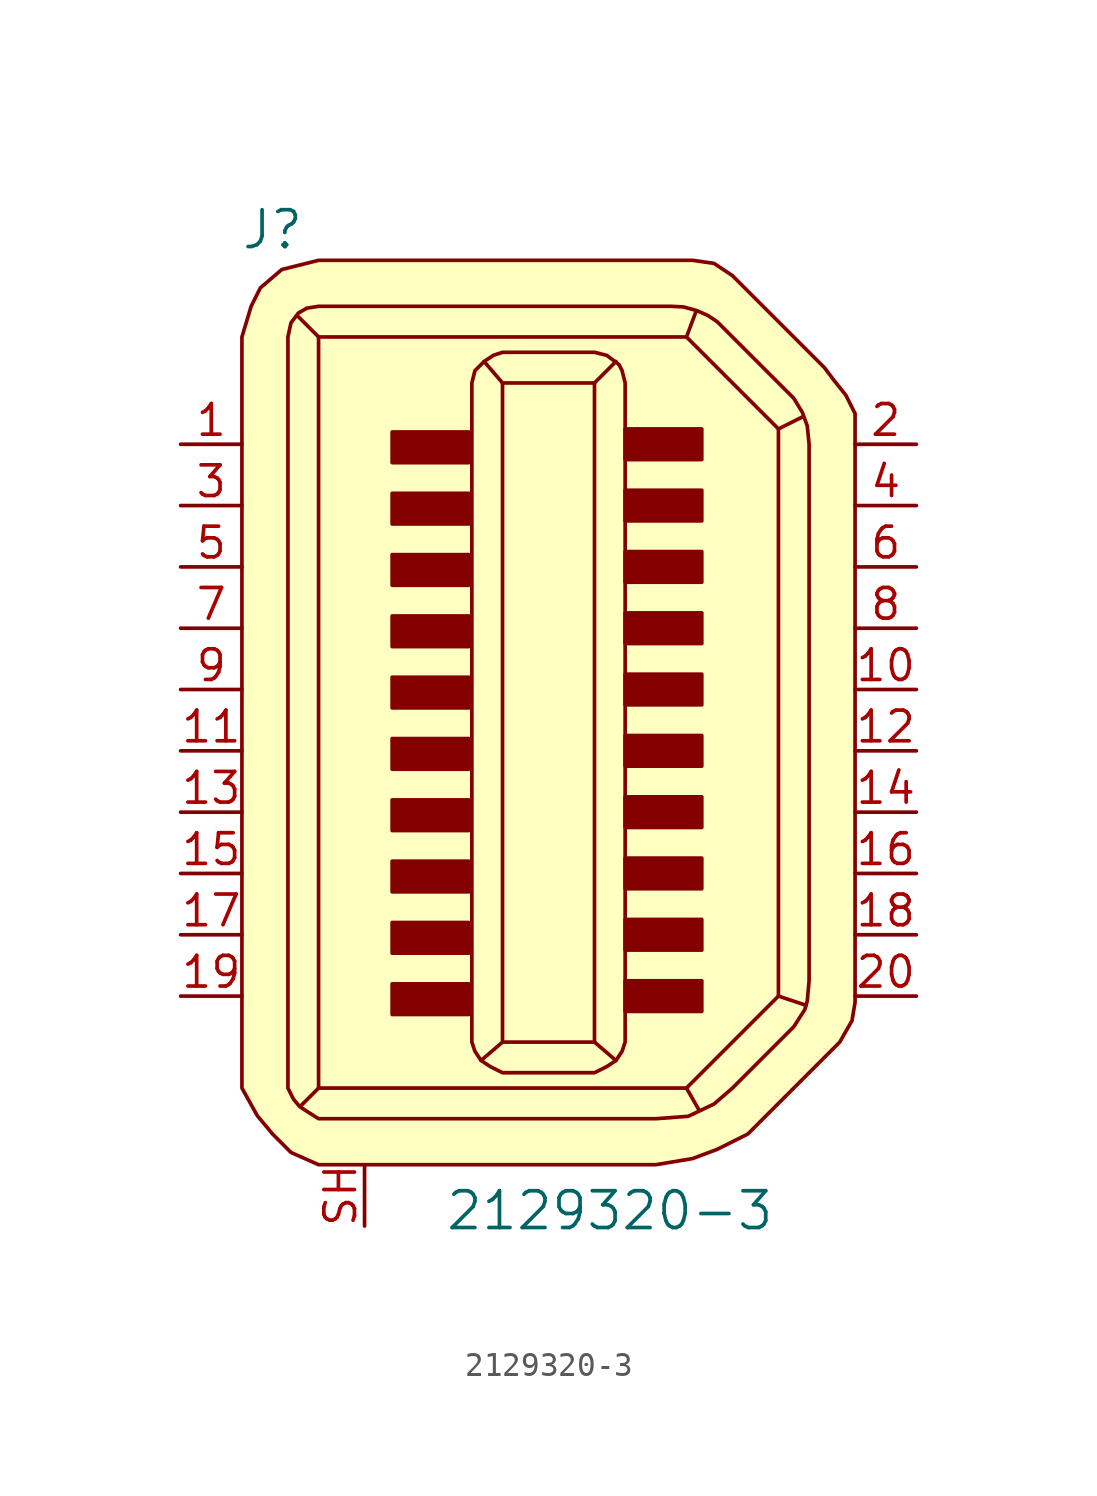
<source format=kicad_sym>
(kicad_symbol_lib
  (version 20201005)
  (generator kicad_symbol_editor)
  (symbol "2129320-3"
    (pin_names
      (offset 1.016))
    (property "Reference" "J"
      (at -11.43 19.05 0)
      (effects (font (size 1.524 1.524))))
    (property "Value" "2129320-3"
      (at 2.54 -21.59 0)
      (effects (font (size 1.524 1.524))))
    (symbol "2129320-3_0_1"
      (rectangle (start -3.302 -12.192) (end -6.477 -13.462) (stroke (width 0)) (fill (type outline)))
      (rectangle (start -3.302 -9.652) (end -6.477 -10.922) (stroke (width 0)) (fill (type outline)))
      (rectangle (start -3.302 -7.112) (end -6.477 -8.382) (stroke (width 0)) (fill (type outline)))
      (rectangle (start -3.302 -4.572) (end -6.477 -5.842) (stroke (width 0)) (fill (type outline)))
      (rectangle (start -3.302 -2.032) (end -6.477 -3.302) (stroke (width 0)) (fill (type outline)))
      (rectangle (start -3.302 0.508) (end -6.477 -0.762) (stroke (width 0)) (fill (type outline)))
      (rectangle (start -3.302 3.048) (end -6.477 1.778) (stroke (width 0)) (fill (type outline)))
      (rectangle (start -3.302 5.588) (end -6.477 4.318) (stroke (width 0)) (fill (type outline)))
      (rectangle (start -3.302 8.128) (end -6.477 6.858) (stroke (width 0)) (fill (type outline)))
      (rectangle (start -3.302 10.668) (end -6.477 9.398) (stroke (width 0)) (fill (type outline)))
      (rectangle (start 1.905 12.7) (end -1.905 -14.605) (stroke (width 0)) (fill (type none)))
      (rectangle (start 6.35 -12.065) (end 3.175 -13.335) (stroke (width 0)) (fill (type outline)))
      (rectangle (start 6.35 -9.525) (end 3.175 -10.795) (stroke (width 0)) (fill (type outline)))
      (rectangle (start 6.35 -6.985) (end 3.175 -8.255) (stroke (width 0)) (fill (type outline)))
      (rectangle (start 6.35 -4.445) (end 3.175 -5.715) (stroke (width 0)) (fill (type outline)))
      (rectangle (start 6.35 -1.905) (end 3.175 -3.175) (stroke (width 0)) (fill (type outline)))
      (rectangle (start 6.35 0.635) (end 3.175 -0.635) (stroke (width 0)) (fill (type outline)))
      (rectangle (start 6.35 3.175) (end 3.175 1.905) (stroke (width 0)) (fill (type outline)))
      (rectangle (start 6.35 5.715) (end 3.175 4.445) (stroke (width 0)) (fill (type outline)))
      (rectangle (start 6.35 8.255) (end 3.175 6.985) (stroke (width 0)) (fill (type outline)))
      (rectangle (start 6.35 10.795) (end 3.175 9.525) (stroke (width 0)) (fill (type outline)))
      (polyline (pts (xy -9.525 -16.51) (xy -10.287 -17.272)) (stroke (width 0)) (fill (type none)))
      (polyline (pts (xy -9.525 14.605) (xy -10.414 15.494)) (stroke (width 0)) (fill (type none)))
      (polyline (pts (xy -1.905 -14.605) (xy -2.794 -15.367)) (stroke (width 0)) (fill (type none)))
      (polyline (pts (xy -1.905 12.7) (xy -2.667 13.589)) (stroke (width 0)) (fill (type none)))
      (polyline (pts (xy 1.905 -14.605) (xy 2.794 -15.367)) (stroke (width 0)) (fill (type none)))
      (polyline (pts (xy 1.905 12.7) (xy 2.794 13.589)) (stroke (width 0)) (fill (type none)))
      (polyline (pts (xy 5.715 -16.51) (xy 6.223 -17.399)) (stroke (width 0)) (fill (type none)))
      (polyline (pts (xy 5.715 14.605) (xy 6.096 15.621)) (stroke (width 0)) (fill (type none)))
      (polyline (pts (xy 9.525 -12.7) (xy 10.668 -13.081)) (stroke (width 0)) (fill (type none)))
      (polyline (pts (xy 9.525 10.795) (xy 10.541 11.303)) (stroke (width 0)) (fill (type none)))
      (polyline (pts (xy -9.525 -16.51) (xy 5.715 -16.51) (xy 9.525 -12.7) (xy 9.525 10.795) (xy 5.715 14.605) (xy -9.525 14.605) (xy -9.525 -16.51)) (stroke (width 0)) (fill (type background)))
      (polyline (pts (xy 1.905 -15.875) (xy -1.905 -15.875) (xy -2.413 -15.621) (xy -2.794 -15.367) (xy -3.048 -14.986) (xy -3.175 -14.605) (xy -3.175 12.7) (xy -3.048 13.208) (xy -2.667 13.589) (xy -2.286 13.843) (xy -1.905 13.97) (xy 1.905 13.97) (xy 2.413 13.843) (xy 2.921 13.462) (xy 3.048 13.208) (xy 3.175 12.7) (xy 3.175 -14.605) (xy 3.048 -14.986) (xy 2.794 -15.367) (xy 2.413 -15.621) (xy 1.905 -15.875)) (stroke (width 0)) (fill (type background)))
      (polyline (pts (xy -1.905 -19.685) (xy -9.525 -19.685) (xy -10.668 -19.177) (xy -11.43 -18.415) (xy -12.065 -17.653) (xy -12.7 -16.51) (xy -12.7 14.605) (xy -12.319 15.875) (xy -11.938 16.637) (xy -11.049 17.399) (xy -9.525 17.78) (xy 5.08 17.78) (xy 5.969 17.78) (xy 6.858 17.653) (xy 7.62 17.145) (xy 11.43 13.335) (xy 11.811 12.827) (xy 12.319 12.192) (xy 12.7 11.43) (xy 12.7 -12.065) (xy 12.7 -12.954) (xy 12.573 -13.716) (xy 12.065 -14.605) (xy 8.255 -18.415) (xy 6.985 -19.05) (xy 5.969 -19.431) (xy 4.445 -19.685) (xy -1.905 -19.685)) (stroke (width 0)) (fill (type background)))
      (polyline (pts (xy -2.54 -17.78) (xy -9.525 -17.78) (xy -10.008 -17.475) (xy -10.312 -17.272) (xy -10.566 -16.967) (xy -10.795 -16.51) (xy -10.795 14.605) (xy -10.668 15.189) (xy -10.363 15.596) (xy -10.008 15.799) (xy -9.525 15.875) (xy 5.08 15.875) (xy 5.588 15.85) (xy 6.147 15.697) (xy 6.604 15.494) (xy 6.985 15.24) (xy 10.16 12.065) (xy 10.516 11.481) (xy 10.719 10.922) (xy 10.795 10.16) (xy 10.795 -12.065) (xy 10.719 -12.903) (xy 10.617 -13.259) (xy 10.16 -13.97) (xy 7.62 -16.51) (xy 6.858 -17.17) (xy 5.791 -17.678) (xy 4.445 -17.78) (xy -2.54 -17.78)) (stroke (width 0)) (fill (type none))))
    (symbol "2129320-3_1_1"
      (pin passive line (at -15.24 10.16 0) (length 2.54) (name "~" (effects (font (size 1.27 1.27)))) (number "1" (effects (font (size 1.27 1.27)))))
      (pin passive line (at 15.24 10.16 180) (length 2.54) (name "~" (effects (font (size 1.27 1.27)))) (number "2" (effects (font (size 1.27 1.27)))))
      (pin passive line (at -15.24 7.62 0) (length 2.54) (name "~" (effects (font (size 1.27 1.27)))) (number "3" (effects (font (size 1.27 1.27)))))
      (pin passive line (at 15.24 7.62 180) (length 2.54) (name "~" (effects (font (size 1.27 1.27)))) (number "4" (effects (font (size 1.27 1.27)))))
      (pin passive line (at -15.24 5.08 0) (length 2.54) (name "~" (effects (font (size 1.27 1.27)))) (number "5" (effects (font (size 1.27 1.27)))))
      (pin passive line (at 15.24 5.08 180) (length 2.54) (name "~" (effects (font (size 1.27 1.27)))) (number "6" (effects (font (size 1.27 1.27)))))
      (pin passive line (at -15.24 2.54 0) (length 2.54) (name "~" (effects (font (size 1.27 1.27)))) (number "7" (effects (font (size 1.27 1.27)))))
      (pin passive line (at 15.24 2.54 180) (length 2.54) (name "~" (effects (font (size 1.27 1.27)))) (number "8" (effects (font (size 1.27 1.27)))))
      (pin passive line (at -15.24 0 0) (length 2.54) (name "~" (effects (font (size 1.27 1.27)))) (number "9" (effects (font (size 1.27 1.27)))))
      (pin passive line (at 15.24 0 180) (length 2.54) (name "~" (effects (font (size 1.27 1.27)))) (number "10" (effects (font (size 1.27 1.27)))))
      (pin passive line (at 15.24 -12.7 180) (length 2.54) (name "~" (effects (font (size 1.27 1.27)))) (number "20" (effects (font (size 1.27 1.27)))))
      (pin passive line (at -15.24 -2.54 0) (length 2.54) (name "~" (effects (font (size 1.27 1.27)))) (number "11" (effects (font (size 1.27 1.27)))))
      (pin passive line (at 15.24 -2.54 180) (length 2.54) (name "~" (effects (font (size 1.27 1.27)))) (number "12" (effects (font (size 1.27 1.27)))))
      (pin passive line (at -15.24 -5.08 0) (length 2.54) (name "~" (effects (font (size 1.27 1.27)))) (number "13" (effects (font (size 1.27 1.27)))))
      (pin passive line (at 15.24 -5.08 180) (length 2.54) (name "~" (effects (font (size 1.27 1.27)))) (number "14" (effects (font (size 1.27 1.27)))))
      (pin passive line (at -15.24 -7.62 0) (length 2.54) (name "~" (effects (font (size 1.27 1.27)))) (number "15" (effects (font (size 1.27 1.27)))))
      (pin passive line (at 15.24 -7.62 180) (length 2.54) (name "~" (effects (font (size 1.27 1.27)))) (number "16" (effects (font (size 1.27 1.27)))))
      (pin passive line (at -15.24 -10.16 0) (length 2.54) (name "~" (effects (font (size 1.27 1.27)))) (number "17" (effects (font (size 1.27 1.27)))))
      (pin passive line (at 15.24 -10.16 180) (length 2.54) (name "~" (effects (font (size 1.27 1.27)))) (number "18" (effects (font (size 1.27 1.27)))))
      (pin passive line (at -15.24 -12.7 0) (length 2.54) (name "~" (effects (font (size 1.27 1.27)))) (number "19" (effects (font (size 1.27 1.27)))))
      (pin passive line (at -7.62 -22.225 90) (length 2.54) (name "~" (effects (font (size 1.27 1.27)))) (number "SH" (effects (font (size 1.27 1.27))))))))
</source>
